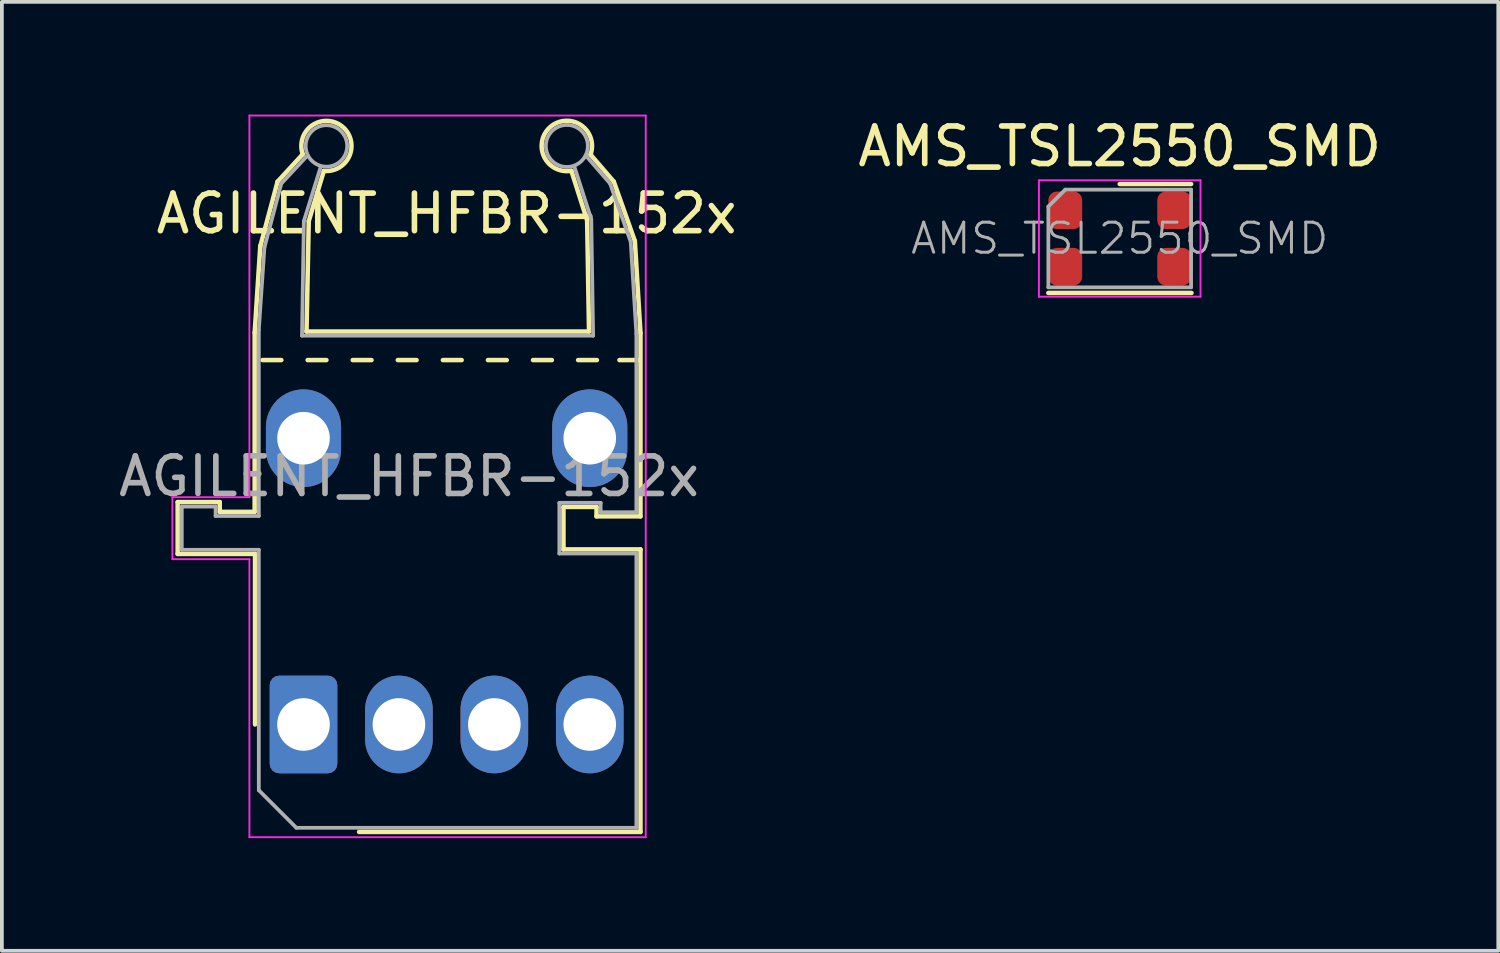
<source format=kicad_pcb>
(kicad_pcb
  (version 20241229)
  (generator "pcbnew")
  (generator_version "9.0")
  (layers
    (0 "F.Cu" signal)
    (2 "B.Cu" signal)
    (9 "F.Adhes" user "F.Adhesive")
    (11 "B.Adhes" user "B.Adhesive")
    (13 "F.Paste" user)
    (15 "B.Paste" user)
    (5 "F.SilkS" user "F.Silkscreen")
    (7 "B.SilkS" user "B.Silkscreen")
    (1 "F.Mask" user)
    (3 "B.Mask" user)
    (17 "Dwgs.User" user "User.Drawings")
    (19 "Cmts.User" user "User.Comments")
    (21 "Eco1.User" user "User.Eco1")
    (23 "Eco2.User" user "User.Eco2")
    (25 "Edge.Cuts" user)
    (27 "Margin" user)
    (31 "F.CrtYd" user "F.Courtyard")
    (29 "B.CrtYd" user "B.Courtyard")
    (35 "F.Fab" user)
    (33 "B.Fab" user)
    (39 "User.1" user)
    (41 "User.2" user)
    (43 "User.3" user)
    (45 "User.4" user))
  (footprint "AGILENT_HFBR-152x"
    (layer "F.Cu")
    (at 5.029 16.235)
    (property "Reference" "AGILENT_HFBR-152x" (at 3.81 -13.6 0) (layer "F.SilkS") (effects (font (size 1 1) (thickness 0.15))))
    (attr through_hole)
    (fp_line (start -3.35 -5.92) (end -2.23 -5.92) (stroke (width 0.12) (type solid)) (layer "F.SilkS"))
    (fp_line (start -3.35 -4.54) (end -3.35 -5.92) (stroke (width 0.12) (type solid)) (layer "F.SilkS"))
    (fp_line (start -2.23 -5.66) (end -2.23 -5.92) (stroke (width 0.12) (type solid)) (layer "F.SilkS"))
    (fp_line (start -2.23 -5.66) (end -1.3 -5.66) (stroke (width 0.12) (type solid)) (layer "F.SilkS"))
    (fp_line (start -1.3 -10.43) (end -1.15 -12.74) (stroke (width 0.12) (type solid)) (layer "F.SilkS"))
    (fp_line (start -1.3 -5.66) (end -1.3 -10.43) (stroke (width 0.12) (type solid)) (layer "F.SilkS"))
    (fp_line (start -1.29 -4.54) (end -3.35 -4.54) (stroke (width 0.12) (type solid)) (layer "F.SilkS"))
    (fp_line (start -1.29 -4.54) (end -1.29 0.000043) (stroke (width 0.12) (type solid)) (layer "F.SilkS"))
    (fp_line (start -1.15 -12.73) (end -0.69 -14.45) (stroke (width 0.12) (type solid)) (layer "F.SilkS"))
    (fp_line (start -0.69 -14.45) (end -0.02 -15.18) (stroke (width 0.12) (type solid)) (layer "F.SilkS"))
    (fp_line (start -0.59 -9.7) (end -1.09 -9.7) (stroke (width 0.12) (type solid)) (layer "F.SilkS"))
    (fp_line (start 0.08 -10.46) (end 0.14 -13.4) (stroke (width 0.12) (type solid)) (layer "F.SilkS"))
    (fp_line (start 0.14 -13.4) (end 0.54 -14.73) (stroke (width 0.12) (type solid)) (layer "F.SilkS"))
    (fp_line (start 0.61 -9.7) (end 0.11 -9.7) (stroke (width 0.12) (type solid)) (layer "F.SilkS"))
    (fp_line (start 1.48 2.86) (end 8.97 2.86) (stroke (width 0.12) (type solid)) (layer "F.SilkS"))
    (fp_line (start 1.81 -9.7) (end 1.31 -9.7) (stroke (width 0.12) (type solid)) (layer "F.SilkS"))
    (fp_line (start 3.01 -9.7) (end 2.51 -9.7) (stroke (width 0.12) (type solid)) (layer "F.SilkS"))
    (fp_line (start 4.21 -9.7) (end 3.71 -9.7) (stroke (width 0.12) (type solid)) (layer "F.SilkS"))
    (fp_line (start 5.41 -9.7) (end 4.91 -9.7) (stroke (width 0.12) (type solid)) (layer "F.SilkS"))
    (fp_line (start 6.61 -9.7) (end 6.11 -9.7) (stroke (width 0.12) (type solid)) (layer "F.SilkS"))
    (fp_line (start 6.92 -5.79) (end 7.8 -5.79) (stroke (width 0.12) (type solid)) (layer "F.SilkS"))
    (fp_line (start 6.92 -4.66) (end 6.92 -5.79) (stroke (width 0.12) (type solid)) (layer "F.SilkS"))
    (fp_line (start 7.55 -13.42) (end 7.13 -14.74) (stroke (width 0.12) (type solid)) (layer "F.SilkS"))
    (fp_line (start 7.6 -10.46) (end 0.08 -10.46) (stroke (width 0.12) (type solid)) (layer "F.SilkS"))
    (fp_line (start 7.6 -10.46) (end 7.55 -13.42) (stroke (width 0.12) (type solid)) (layer "F.SilkS"))
    (fp_line (start 7.8 -5.54) (end 7.8 -5.79) (stroke (width 0.12) (type solid)) (layer "F.SilkS"))
    (fp_line (start 7.8 -5.54) (end 8.97 -5.54) (stroke (width 0.12) (type solid)) (layer "F.SilkS"))
    (fp_line (start 7.81 -9.7) (end 7.31 -9.7) (stroke (width 0.12) (type solid)) (layer "F.SilkS"))
    (fp_line (start 8.26 -14.45) (end 7.64 -15.17) (stroke (width 0.12) (type solid)) (layer "F.SilkS"))
    (fp_line (start 8.82 -12.87) (end 8.26 -14.45) (stroke (width 0.12) (type solid)) (layer "F.SilkS"))
    (fp_line (start 8.91 -9.7) (end 8.41 -9.7) (stroke (width 0.12) (type solid)) (layer "F.SilkS"))
    (fp_line (start 8.97 -10.42) (end 8.82 -12.87) (stroke (width 0.12) (type solid)) (layer "F.SilkS"))
    (fp_line (start 8.97 -5.54) (end 8.97 -10.42) (stroke (width 0.12) (type solid)) (layer "F.SilkS"))
    (fp_line (start 8.97 -4.66) (end 6.92 -4.66) (stroke (width 0.12) (type solid)) (layer "F.SilkS"))
    (fp_line (start 8.97 2.86) (end 8.97 -4.66) (stroke (width 0.12) (type solid)) (layer "F.SilkS"))
    (fp_arc (start -0.02 -15.18) (mid 1.024518 -15.922948) (end 0.53962 -14.736414) (stroke (width 0.12) (type solid)) (layer "F.SilkS"))
    (fp_arc (start 7.129973 -14.740147) (mid 6.577787 -15.912827) (end 7.64 -15.17) (stroke (width 0.12) (type solid)) (layer "F.SilkS"))
    (fp_line (start -3.49 -6.05) (end -3.49 -4.4) (stroke (width 0.05) (type solid)) (layer "F.CrtYd"))
    (fp_line (start -3.49 -4.4) (end -1.44 -4.4) (stroke (width 0.05) (type solid)) (layer "F.CrtYd"))
    (fp_line (start -1.44 -16.21) (end -1.44 -6.05) (stroke (width 0.05) (type solid)) (layer "F.CrtYd"))
    (fp_line (start -1.44 -16.21) (end 9.11 -16.21) (stroke (width 0.05) (type solid)) (layer "F.CrtYd"))
    (fp_line (start -1.44 -6.05) (end -3.49 -6.05) (stroke (width 0.05) (type solid)) (layer "F.CrtYd"))
    (fp_line (start -1.44 -4.4) (end -1.44 3) (stroke (width 0.05) (type solid)) (layer "F.CrtYd"))
    (fp_line (start 9.11 3) (end -1.44 3) (stroke (width 0.05) (type solid)) (layer "F.CrtYd"))
    (fp_line (start 9.11 3) (end 9.11 -16.21) (stroke (width 0.05) (type solid)) (layer "F.CrtYd"))
    (fp_line (start -3.24 -5.8) (end -3.24 -4.65) (stroke (width 0.1) (type solid)) (layer "F.Fab"))
    (fp_line (start -3.24 -4.65) (end -1.19 -4.65) (stroke (width 0.1) (type solid)) (layer "F.Fab"))
    (fp_line (start -2.34 -5.8) (end -3.24 -5.8) (stroke (width 0.1) (type solid)) (layer "F.Fab"))
    (fp_line (start -2.34 -5.55) (end -2.34 -5.8) (stroke (width 0.1) (type solid)) (layer "F.Fab"))
    (fp_line (start -1.19 -10.5) (end -1.19 -5.55) (stroke (width 0.1) (type solid)) (layer "F.Fab"))
    (fp_line (start -1.19 -5.55) (end -2.34 -5.55) (stroke (width 0.1) (type solid)) (layer "F.Fab"))
    (fp_line (start -1.19 -4.65) (end -1.19 1.75) (stroke (width 0.1) (type solid)) (layer "F.Fab"))
    (fp_line (start -1.04 -12.7) (end -1.19 -10.5) (stroke (width 0.1) (type solid)) (layer "F.Fab"))
    (fp_line (start -0.59 -14.4) (end -1.04 -12.7) (stroke (width 0.1) (type solid)) (layer "F.Fab"))
    (fp_line (start -0.19 2.75) (end -1.19 1.75) (stroke (width 0.1) (type solid)) (layer "F.Fab"))
    (fp_line (start -0.19 2.75) (end 8.86 2.75) (stroke (width 0.1) (type solid)) (layer "F.Fab"))
    (fp_line (start -0.04 -10.35) (end 0.01 -13.4) (stroke (width 0.1) (type solid)) (layer "F.Fab"))
    (fp_line (start 0.01 -13.4) (end 0.46 -14.85) (stroke (width 0.1) (type solid)) (layer "F.Fab"))
    (fp_line (start 0.11 -15.15) (end -0.59 -14.4) (stroke (width 0.1) (type solid)) (layer "F.Fab"))
    (fp_line (start 6.81 -5.9) (end 7.91 -5.9) (stroke (width 0.1) (type solid)) (layer "F.Fab"))
    (fp_line (start 6.81 -4.55) (end 6.81 -5.9) (stroke (width 0.1) (type solid)) (layer "F.Fab"))
    (fp_line (start 7.21 -14.85) (end 7.66 -13.45) (stroke (width 0.1) (type solid)) (layer "F.Fab"))
    (fp_line (start 7.66 -13.45) (end 7.71 -10.35) (stroke (width 0.1) (type solid)) (layer "F.Fab"))
    (fp_line (start 7.71 -10.35) (end -0.04 -10.35) (stroke (width 0.1) (type solid)) (layer "F.Fab"))
    (fp_line (start 7.91 -5.9) (end 7.91 -5.65) (stroke (width 0.1) (type solid)) (layer "F.Fab"))
    (fp_line (start 7.91 -5.65) (end 8.86 -5.65) (stroke (width 0.1) (type solid)) (layer "F.Fab"))
    (fp_line (start 8.16 -14.4) (end 7.51 -15.15) (stroke (width 0.1) (type solid)) (layer "F.Fab"))
    (fp_line (start 8.71 -12.85) (end 8.16 -14.4) (stroke (width 0.1) (type solid)) (layer "F.Fab"))
    (fp_line (start 8.86 -10.4) (end 8.71 -12.85) (stroke (width 0.1) (type solid)) (layer "F.Fab"))
    (fp_line (start 8.86 -5.65) (end 8.86 -10.4) (stroke (width 0.1) (type solid)) (layer "F.Fab"))
    (fp_line (start 8.86 -4.55) (end 6.81 -4.55) (stroke (width 0.1) (type solid)) (layer "F.Fab"))
    (fp_line (start 8.86 2.75) (end 8.86 -4.55) (stroke (width 0.1) (type solid)) (layer "F.Fab"))
    (fp_circle (center 0.61 -15.4) (end 0.66 -14.85) (stroke (width 0.1) (type solid)) (fill no) (layer "F.Fab"))
    (fp_circle (center 7.01 -15.4) (end 7.51 -15.15) (stroke (width 0.1) (type solid)) (fill no) (layer "F.Fab"))
    (fp_text user "${REFERENCE}" (at 2.81 -6.605 0) (layer "F.Fab") (effects (font (size 1 1) (thickness 0.15))))
    (pad "1" thru_hole roundrect (at 0 0) (size 1.8 2.6) (drill 1.4) (layers "*.Cu" "*.Mask") (roundrect_rratio 0.139))
    (pad "2" thru_hole oval (at 2.54 0) (size 1.8 2.6) (drill 1.4) (layers "*.Cu" "*.Mask"))
    (pad "3" thru_hole oval (at 5.08 0) (size 1.8 2.6) (drill 1.4) (layers "*.Cu" "*.Mask"))
    (pad "4" thru_hole oval (at 7.62 0) (size 1.8 2.6) (drill 1.4) (layers "*.Cu" "*.Mask"))
    (pad "5" thru_hole oval (at 7.62 -7.62) (size 2 2.6) (drill 1.4) (layers "*.Cu" "*.Mask"))
    (pad "6" thru_hole oval (at 0 -7.62) (size 2 2.6) (drill 1.4) (layers "*.Cu" "*.Mask")))
  (footprint "AMS_TSL2550_SMD"
    (layer "F.Cu")
    (at 26.756 3.298)
    (property "Reference" "AMS_TSL2550_SMD" (at 0 -2.45 0) (layer "F.SilkS") (effects (font (size 1 1) (thickness 0.15))))
    (attr smd)
    (fp_line (start -1.9 1.45) (end 1.91 1.45) (stroke (width 0.12) (type solid)) (layer "F.SilkS"))
    (fp_line (start 0 -1.45) (end 1.9 -1.45) (stroke (width 0.12) (type solid)) (layer "F.SilkS"))
    (fp_line (start -2.15 -1.55) (end -2.15 1.55) (stroke (width 0.05) (type solid)) (layer "F.CrtYd"))
    (fp_line (start -2.15 -1.55) (end 2.15 -1.55) (stroke (width 0.05) (type solid)) (layer "F.CrtYd"))
    (fp_line (start 2.15 1.55) (end -2.15 1.55) (stroke (width 0.05) (type solid)) (layer "F.CrtYd"))
    (fp_line (start 2.15 1.55) (end 2.15 -1.55) (stroke (width 0.05) (type solid)) (layer "F.CrtYd"))
    (fp_line (start -1.9 -0.85) (end -1.9 1.3) (stroke (width 0.1) (type solid)) (layer "F.Fab"))
    (fp_line (start -1.9 1.3) (end 1.9 1.3) (stroke (width 0.1) (type solid)) (layer "F.Fab"))
    (fp_line (start -1.45 -1.3) (end -1.9 -0.85) (stroke (width 0.1) (type solid)) (layer "F.Fab"))
    (fp_line (start 1.9 -1.3) (end -1.45 -1.3) (stroke (width 0.1) (type solid)) (layer "F.Fab"))
    (fp_line (start 1.9 1.3) (end 1.9 -1.3) (stroke (width 0.1) (type solid)) (layer "F.Fab"))
    (fp_text user "${REFERENCE}" (at 0 0 0) (layer "F.Fab") (effects (font (size 0.8 0.8) (thickness 0.08))))
    (pad "1" smd roundrect (at -1.45 -0.75) (size 0.9 1) (layers "F.Cu" "F.Mask" "F.Paste") (roundrect_rratio 0.25))
    (pad "2" smd roundrect (at -1.45 0.75) (size 0.9 1) (layers "F.Cu" "F.Mask" "F.Paste") (roundrect_rratio 0.25))
    (pad "3" smd roundrect (at 1.45 0.75) (size 0.9 1) (layers "F.Cu" "F.Mask" "F.Paste") (roundrect_rratio 0.25))
    (pad "4" smd roundrect (at 1.45 -0.75) (size 0.9 1) (layers "F.Cu" "F.Mask" "F.Paste") (roundrect_rratio 0.25)))
  (gr_rect
    (start -3 -3)
    (end 36.833 22.26)
    (stroke (width 0.1) (type default))
    (fill no)
    (layer "Edge.Cuts")))
</source>
